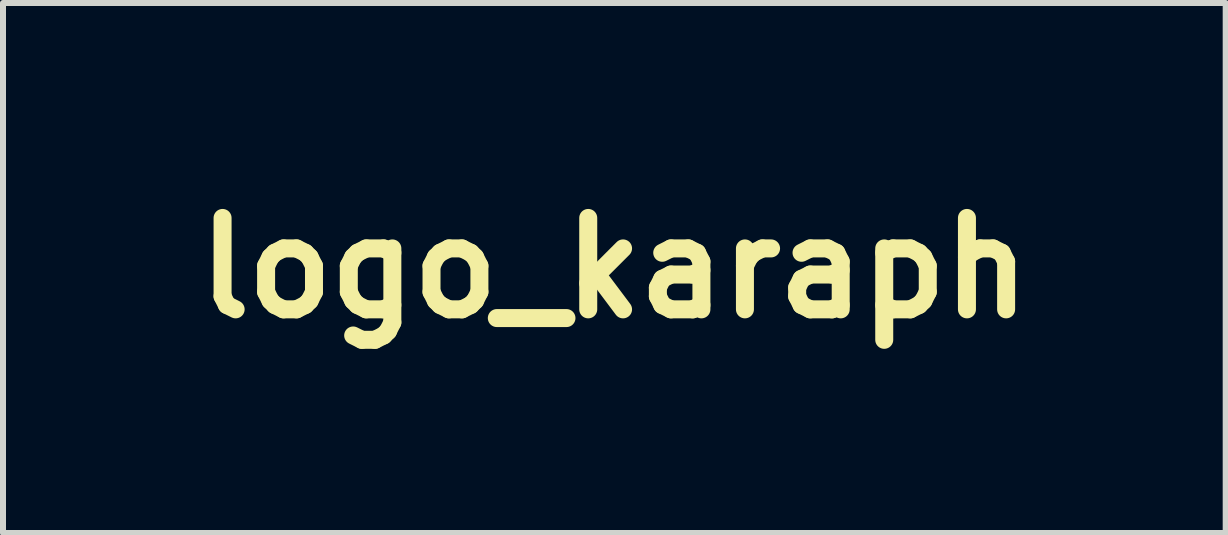
<source format=kicad_pcb>
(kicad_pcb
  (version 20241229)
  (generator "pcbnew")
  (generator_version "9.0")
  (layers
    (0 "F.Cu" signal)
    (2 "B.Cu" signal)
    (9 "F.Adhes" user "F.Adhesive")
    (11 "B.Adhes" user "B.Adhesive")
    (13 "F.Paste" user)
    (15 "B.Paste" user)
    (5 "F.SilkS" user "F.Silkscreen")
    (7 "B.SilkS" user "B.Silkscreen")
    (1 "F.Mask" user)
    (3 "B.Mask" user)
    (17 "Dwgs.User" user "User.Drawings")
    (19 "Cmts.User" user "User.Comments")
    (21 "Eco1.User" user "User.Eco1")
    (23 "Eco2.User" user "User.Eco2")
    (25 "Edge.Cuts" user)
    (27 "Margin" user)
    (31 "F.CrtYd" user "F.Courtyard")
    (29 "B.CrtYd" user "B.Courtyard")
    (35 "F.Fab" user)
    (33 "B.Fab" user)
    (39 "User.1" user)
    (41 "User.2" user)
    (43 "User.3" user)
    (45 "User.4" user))
  (footprint "logo_karaph"
    (layer "F.Cu")
    (at 7.192 1.418)
    (property "Reference" "logo_karaph" (at 0 0 0) (layer "F.SilkS") (effects (font (size 1.524 1.524) (thickness 0.3))))
    (attr through_hole)
    (fp_poly (pts (xy 5.436 0.467) (xy -5.385 0.467) (xy -5.385 -0.432) (xy -5.029 -0.432) (xy -5.029 0.447) (xy 5.283 0.447) (xy 5.283 -0.432) (xy 0.073 -0.432) (xy -0.21 -0.383) (xy -0.328 -0.363) (xy -0.431 -0.346) (xy -0.508 -0.335) (xy -0.544 -0.332) (xy -0.6 -0.334) (xy -0.664 -0.343) (xy -0.666 -0.344) (xy -0.724 -0.355) (xy -0.813 -0.372) (xy -0.915 -0.391) (xy -0.934 -0.395) (xy -1.13 -0.432) (xy -5.029 -0.432) (xy -5.385 -0.432) (xy -5.385 -0.467) (xy 5.436 -0.467) (xy 5.436 0.467)) (stroke (width 0.01) (type solid)) (fill no) (layer "Eco2.User"))
    (fp_poly (pts (xy -1.063 -0.32) (xy -0.967 -0.302) (xy -0.9 -0.287) (xy -0.874 -0.277) (xy -0.875 -0.276) (xy -0.904 -0.27) (xy -0.98 -0.256) (xy -1.097 -0.235) (xy -1.253 -0.207) (xy -1.442 -0.174) (xy -1.66 -0.135) (xy -1.903 -0.093) (xy -2.166 -0.047) (xy -2.446 0.002) (xy -2.524 0.015) (xy -2.808 0.065) (xy -3.078 0.111) (xy -3.33 0.155) (xy -3.558 0.195) (xy -3.759 0.23) (xy -3.929 0.259) (xy -4.062 0.282) (xy -4.155 0.298) (xy -4.202 0.307) (xy -4.207 0.307) (xy -4.219 0.307) (xy -4.229 0.301) (xy -4.238 0.288) (xy -4.246 0.269) (xy -4.252 0.243) (xy -4.257 0.209) (xy -4.26 0.167) (xy -4.263 0.116) (xy -4.265 0.056) (xy -4.266 -0.014) (xy -4.266 -0.019) (xy -4.267 -0.356) (xy -2.771 -0.356) (xy -1.275 -0.356) (xy -1.063 -0.32)) (stroke (width 0.01) (type solid)) (fill no) (layer "Eco2.User"))
    (fp_poly (pts (xy 0.129 -0.28) (xy 0.202 -0.268) (xy 0.317 -0.248) (xy 0.468 -0.223) (xy 0.649 -0.191) (xy 0.858 -0.156) (xy 1.087 -0.116) (xy 1.334 -0.073) (xy 1.592 -0.029) (xy 1.857 0.017) (xy 2.124 0.063) (xy 2.389 0.109) (xy 2.646 0.154) (xy 2.891 0.197) (xy 3.119 0.236) (xy 3.324 0.272) (xy 3.503 0.304) (xy 3.65 0.329) (xy 3.76 0.349) (xy 3.83 0.362) (xy 3.852 0.366) (xy 3.819 0.369) (xy 3.714 0.371) (xy 3.667 0.371) (xy 3.464 0.371) (xy 1.699 0.065) (xy 1.404 0.014) (xy 1.124 -0.035) (xy 0.863 -0.08) (xy 0.624 -0.122) (xy 0.413 -0.158) (xy 0.234 -0.189) (xy 0.09 -0.214) (xy -0.015 -0.233) (xy -0.075 -0.243) (xy -0.089 -0.246) (xy -0.082 -0.252) (xy -0.04 -0.263) (xy 0.018 -0.274) (xy 0.074 -0.282) (xy 0.1 -0.284) (xy 0.129 -0.28)) (stroke (width 0.01) (type solid)) (fill no) (layer "Eco2.User"))
    (fp_poly (pts (xy 4.521 -0.015) (xy 4.521 0.043) (xy 4.52 0.097) (xy 4.52 0.148) (xy 4.518 0.194) (xy 4.517 0.234) (xy 4.515 0.268) (xy 4.514 0.295) (xy 4.512 0.314) (xy 4.51 0.324) (xy 4.508 0.325) (xy 4.482 0.321) (xy 4.408 0.308) (xy 4.292 0.288) (xy 4.137 0.262) (xy 3.947 0.229) (xy 3.726 0.191) (xy 3.478 0.148) (xy 3.206 0.1) (xy 2.916 0.05) (xy 2.61 -0.003) (xy 2.565 -0.011) (xy 2.257 -0.065) (xy 1.963 -0.116) (xy 1.689 -0.163) (xy 1.436 -0.207) (xy 1.211 -0.247) (xy 1.016 -0.281) (xy 0.855 -0.309) (xy 0.733 -0.331) (xy 0.653 -0.345) (xy 0.619 -0.351) (xy 0.618 -0.351) (xy 0.663 -0.352) (xy 0.801 -0.353) (xy 1.022 -0.354) (xy 1.319 -0.355) (xy 1.681 -0.355) (xy 2.1 -0.355) (xy 2.561 -0.356) (xy 4.521 -0.356) (xy 4.521 -0.015)) (stroke (width 0.01) (type solid)) (fill no) (layer "Eco2.User"))
    (fp_poly (pts (xy -0.347 -0.197) (xy -0.271 -0.184) (xy -0.155 -0.164) (xy -0.004 -0.138) (xy 0.176 -0.106) (xy 0.38 -0.071) (xy 0.603 -0.032) (xy 0.84 0.009) (xy 1.086 0.052) (xy 1.335 0.095) (xy 1.583 0.138) (xy 1.824 0.18) (xy 2.053 0.22) (xy 2.265 0.257) (xy 2.455 0.29) (xy 2.617 0.319) (xy 2.747 0.342) (xy 2.839 0.358) (xy 2.889 0.367) (xy 2.896 0.368) (xy 2.846 0.369) (xy 2.704 0.369) (xy 2.477 0.369) (xy 2.173 0.37) (xy 1.802 0.37) (xy 1.372 0.37) (xy 0.891 0.371) (xy 0.367 0.371) (xy -0.19 0.371) (xy -0.381 0.371) (xy -0.948 0.371) (xy -1.483 0.371) (xy -1.979 0.37) (xy -2.428 0.37) (xy -2.819 0.37) (xy -3.146 0.369) (xy -3.399 0.369) (xy -3.571 0.368) (xy -3.652 0.368) (xy -3.658 0.368) (xy -3.633 0.363) (xy -3.563 0.35) (xy -3.453 0.33) (xy -3.307 0.305) (xy -3.132 0.274) (xy -2.931 0.239) (xy -2.711 0.2) (xy -2.476 0.159) (xy -2.231 0.117) (xy -1.982 0.074) (xy -1.734 0.031) (xy -1.491 -0.011) (xy -1.26 -0.051) (xy -1.045 -0.089) (xy -0.851 -0.122) (xy -0.683 -0.151) (xy -0.548 -0.174) (xy -0.448 -0.191) (xy -0.391 -0.2) (xy -0.379 -0.202) (xy -0.347 -0.197)) (stroke (width 0.01) (type solid)) (fill no) (layer "Eco2.User")))
  (gr_rect
    (start -3 -3)
    (end 17.384 5.836)
    (stroke (width 0.1) (type default))
    (fill no)
    (layer "Edge.Cuts")))
</source>
